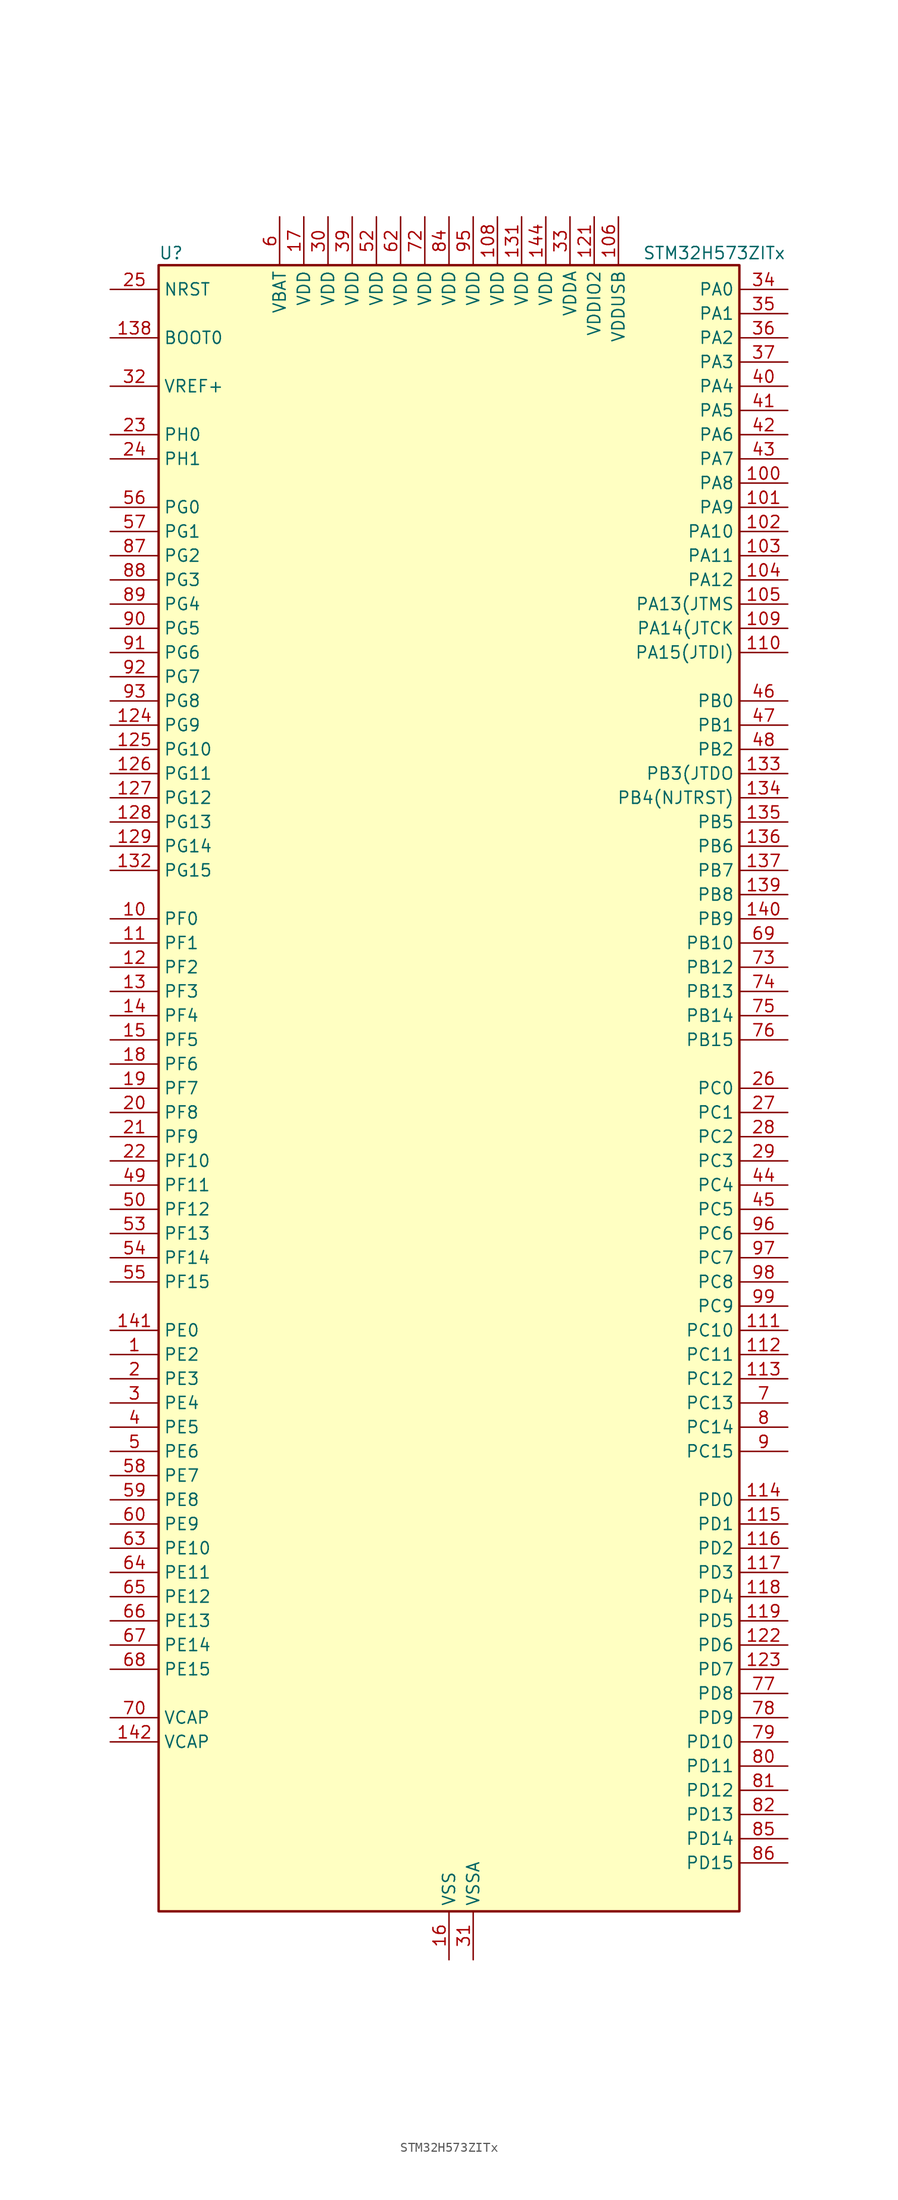
<source format=kicad_sym>
(kicad_symbol_lib
  (version 20231120)
  (generator "kicad-library-utils")
  (generator_version "8.0")
  (symbol "STM32H573ZITx"
    (property "Reference" "U"
      (at -30.48 87.63 0)
      (effects (font (size 1.27 1.27)) (justify left)))
    (property "Value" "STM32H573ZITx"
      (at 20.32 87.63 0)
      (effects (font (size 1.27 1.27)) (justify left)))
    (symbol "STM32H573ZITx_0_1"
      (rectangle (start -30.48 -86.36) (end 30.48 86.36) (stroke (width 0.254) (type default)) (fill (type background))))
    (symbol "STM32H573ZITx_1_1"
      (pin bidirectional line (at -35.56 -27.94 0) (length 5.08) (name "PE2" (effects (font (size 1.27 1.27)))) (number "1" (effects (font (size 1.27 1.27)))) (alternate "DCMI_D3" bidirectional line) (alternate "DEBUG_TRACECLK" bidirectional line) (alternate "ETH_TXD3" bidirectional line) (alternate "FMC_A23" bidirectional line) (alternate "LPTIM1_IN2" bidirectional line) (alternate "OCTOSPI1_IO2" bidirectional line) (alternate "PSSI_D3" bidirectional line) (alternate "SAI1_CK1" bidirectional line) (alternate "SAI1_MCLK_A" bidirectional line) (alternate "SPI4_SCK" bidirectional line) (alternate "UART8_TX" bidirectional line) (alternate "USART10_RX" bidirectional line))
      (pin bidirectional line (at -35.56 17.78 0) (length 5.08) (name "PF0" (effects (font (size 1.27 1.27)))) (number "10" (effects (font (size 1.27 1.27)))) (alternate "FMC_A0" bidirectional line) (alternate "I2C2_SDA" bidirectional line) (alternate "LPTIM5_CH1" bidirectional line))
      (pin bidirectional line (at 35.56 63.5 180) (length 5.08) (name "PA8" (effects (font (size 1.27 1.27)))) (number "100" (effects (font (size 1.27 1.27)))) (alternate "DCMI_D3" bidirectional line) (alternate "FMC_NOE" bidirectional line) (alternate "I2C3_SCL" bidirectional line) (alternate "PSSI_D3" bidirectional line) (alternate "RCC_MCO_1" bidirectional line) (alternate "SPI1_RDY" bidirectional line) (alternate "TIM1_CH1" bidirectional line) (alternate "TIM8_BKIN2" bidirectional line) (alternate "UART7_RX" bidirectional line) (alternate "USART1_CK" bidirectional line) (alternate "USB_SOF" bidirectional line))
      (pin bidirectional line (at 35.56 60.96 180) (length 5.08) (name "PA9" (effects (font (size 1.27 1.27)))) (number "101" (effects (font (size 1.27 1.27)))) (alternate "DAC1_EXTI9" bidirectional line) (alternate "DCMI_D0" bidirectional line) (alternate "ETH_TX_ER" bidirectional line) (alternate "FMC_NWE" bidirectional line) (alternate "I2C3_SMBA" bidirectional line) (alternate "I2S2_CK" bidirectional line) (alternate "LPUART1_TX" bidirectional line) (alternate "PSSI_D0" bidirectional line) (alternate "SPI2_SCK" bidirectional line) (alternate "TIM1_CH2" bidirectional line) (alternate "UCPD1_DB1" bidirectional line) (alternate "USART1_TX" bidirectional line))
      (pin bidirectional line (at 35.56 58.42 180) (length 5.08) (name "PA10" (effects (font (size 1.27 1.27)))) (number "102" (effects (font (size 1.27 1.27)))) (alternate "DCMI_D1" bidirectional line) (alternate "FDCAN2_TX" bidirectional line) (alternate "LPTIM2_IN2" bidirectional line) (alternate "LPUART1_RX" bidirectional line) (alternate "PSSI_D1" bidirectional line) (alternate "SDMMC1_D0" bidirectional line) (alternate "TIM1_CH3" bidirectional line) (alternate "UCPD1_FRSTX" bidirectional line) (alternate "USART1_RX" bidirectional line))
      (pin bidirectional line (at 35.56 55.88 180) (length 5.08) (name "PA11" (effects (font (size 1.27 1.27)))) (number "103" (effects (font (size 1.27 1.27)))) (alternate "ADC1_EXTI11" bidirectional line) (alternate "ADC2_EXTI11" bidirectional line) (alternate "FDCAN1_RX" bidirectional line) (alternate "I2S2_WS" bidirectional line) (alternate "LPUART1_CTS" bidirectional line) (alternate "SPI2_NSS" bidirectional line) (alternate "TIM1_CH4" bidirectional line) (alternate "UART4_RX" bidirectional line) (alternate "USART1_CTS" bidirectional line) (alternate "USART1_NSS" bidirectional line) (alternate "USB_DM" bidirectional line))
      (pin bidirectional line (at 35.56 53.34 180) (length 5.08) (name "PA12" (effects (font (size 1.27 1.27)))) (number "104" (effects (font (size 1.27 1.27)))) (alternate "FDCAN1_TX" bidirectional line) (alternate "I2S2_CK" bidirectional line) (alternate "LPUART1_RTS" bidirectional line) (alternate "SAI2_FS_B" bidirectional line) (alternate "SPI2_SCK" bidirectional line) (alternate "TIM1_ETR" bidirectional line) (alternate "UART4_TX" bidirectional line) (alternate "USART1_RTS" bidirectional line) (alternate "USB_DP" bidirectional line))
      (pin bidirectional line (at 35.56 50.8 180) (length 5.08) (name "PA13(JTMS" (effects (font (size 1.27 1.27)))) (number "105" (effects (font (size 1.27 1.27)))) (alternate "DEBUG_JTMS-SWDIO" bidirectional line))
      (pin power_in line (at 17.78 91.44 270) (length 5.08) (name "VDDUSB" (effects (font (size 1.27 1.27)))) (number "106" (effects (font (size 1.27 1.27)))))
      (pin passive line (at 0 -91.44 90) (length 5.08) hide (name "VSS" (effects (font (size 1.27 1.27)))) (number "107" (effects (font (size 1.27 1.27)))))
      (pin power_in line (at 5.08 91.44 270) (length 5.08) (name "VDD" (effects (font (size 1.27 1.27)))) (number "108" (effects (font (size 1.27 1.27)))))
      (pin bidirectional line (at 35.56 48.26 180) (length 5.08) (name "PA14(JTCK" (effects (font (size 1.27 1.27)))) (number "109" (effects (font (size 1.27 1.27)))) (alternate "DEBUG_JTCK-SWCLK" bidirectional line))
      (pin bidirectional line (at -35.56 15.24 0) (length 5.08) (name "PF1" (effects (font (size 1.27 1.27)))) (number "11" (effects (font (size 1.27 1.27)))) (alternate "FMC_A1" bidirectional line) (alternate "I2C2_SCL" bidirectional line) (alternate "LPTIM5_CH2" bidirectional line))
      (pin bidirectional line (at 35.56 45.72 180) (length 5.08) (name "PA15(JTDI)" (effects (font (size 1.27 1.27)))) (number "110" (effects (font (size 1.27 1.27)))) (alternate "ADC1_EXTI15" bidirectional line) (alternate "ADC2_EXTI15" bidirectional line) (alternate "CEC" bidirectional line) (alternate "DCMI_D11" bidirectional line) (alternate "DEBUG_JTDI" bidirectional line) (alternate "FMC_NBL1" bidirectional line) (alternate "I2S1_WS" bidirectional line) (alternate "I2S3_WS" bidirectional line) (alternate "LPTIM3_IN2" bidirectional line) (alternate "PSSI_D11" bidirectional line) (alternate "SPI1_NSS" bidirectional line) (alternate "SPI3_NSS" bidirectional line) (alternate "SPI6_NSS" bidirectional line) (alternate "TIM2_CH1" bidirectional line) (alternate "TIM2_ETR" bidirectional line) (alternate "UART4_DE" bidirectional line) (alternate "UART4_RTS" bidirectional line) (alternate "UART7_TX" bidirectional line))
      (pin bidirectional line (at 35.56 -25.4 180) (length 5.08) (name "PC10" (effects (font (size 1.27 1.27)))) (number "111" (effects (font (size 1.27 1.27)))) (alternate "DCMI_D8" bidirectional line) (alternate "ETH_TXD0" bidirectional line) (alternate "I2S3_CK" bidirectional line) (alternate "LPTIM3_ETR" bidirectional line) (alternate "OCTOSPI1_IO1" bidirectional line) (alternate "PSSI_D8" bidirectional line) (alternate "SDMMC1_D2" bidirectional line) (alternate "SPI3_SCK" bidirectional line) (alternate "UART4_TX" bidirectional line) (alternate "USART3_TX" bidirectional line))
      (pin bidirectional line (at 35.56 -27.94 180) (length 5.08) (name "PC11" (effects (font (size 1.27 1.27)))) (number "112" (effects (font (size 1.27 1.27)))) (alternate "ADC1_EXTI11" bidirectional line) (alternate "ADC2_EXTI11" bidirectional line) (alternate "DCMI_D4" bidirectional line) (alternate "I2S3_SDI" bidirectional line) (alternate "LPTIM3_IN1" bidirectional line) (alternate "OCTOSPI1_NCS" bidirectional line) (alternate "PSSI_D4" bidirectional line) (alternate "SDMMC1_D3" bidirectional line) (alternate "SPI3_MISO" bidirectional line) (alternate "UART4_RX" bidirectional line) (alternate "USART3_RX" bidirectional line))
      (pin bidirectional line (at 35.56 -30.48 180) (length 5.08) (name "PC12" (effects (font (size 1.27 1.27)))) (number "113" (effects (font (size 1.27 1.27)))) (alternate "DCMI_D9" bidirectional line) (alternate "DEBUG_TRACED3" bidirectional line) (alternate "I2S3_SDO" bidirectional line) (alternate "PSSI_D9" bidirectional line) (alternate "SDMMC1_CK" bidirectional line) (alternate "SPI3_MOSI" bidirectional line) (alternate "SPI6_SCK" bidirectional line) (alternate "TIM15_CH1" bidirectional line) (alternate "UART5_TX" bidirectional line) (alternate "USART3_CK" bidirectional line))
      (pin bidirectional line (at 35.56 -43.18 180) (length 5.08) (name "PD0" (effects (font (size 1.27 1.27)))) (number "114" (effects (font (size 1.27 1.27)))) (alternate "FDCAN1_RX" bidirectional line) (alternate "FMC_D2" bidirectional line) (alternate "FMC_DA2" bidirectional line) (alternate "TIM8_CH4N" bidirectional line) (alternate "UART4_RX" bidirectional line) (alternate "UART9_CTS" bidirectional line))
      (pin bidirectional line (at 35.56 -45.72 180) (length 5.08) (name "PD1" (effects (font (size 1.27 1.27)))) (number "115" (effects (font (size 1.27 1.27)))) (alternate "FDCAN1_TX" bidirectional line) (alternate "FMC_D3" bidirectional line) (alternate "FMC_DA3" bidirectional line) (alternate "UART4_TX" bidirectional line))
      (pin bidirectional line (at 35.56 -48.26 180) (length 5.08) (name "PD2" (effects (font (size 1.27 1.27)))) (number "116" (effects (font (size 1.27 1.27)))) (alternate "DCMI_D11" bidirectional line) (alternate "DEBUG_TRACED2" bidirectional line) (alternate "LPTIM4_ETR" bidirectional line) (alternate "PSSI_D11" bidirectional line) (alternate "PWR_WKUP7" bidirectional line) (alternate "SDMMC1_CMD" bidirectional line) (alternate "TIM15_BKIN" bidirectional line) (alternate "TIM3_ETR" bidirectional line) (alternate "UART5_RX" bidirectional line))
      (pin bidirectional line (at 35.56 -50.8 180) (length 5.08) (name "PD3" (effects (font (size 1.27 1.27)))) (number "117" (effects (font (size 1.27 1.27)))) (alternate "DCMI_D5" bidirectional line) (alternate "FMC_CLK" bidirectional line) (alternate "I2S2_CK" bidirectional line) (alternate "PSSI_D5" bidirectional line) (alternate "PWR_WKUP8" bidirectional line) (alternate "SPI2_SCK" bidirectional line) (alternate "USART2_CTS" bidirectional line) (alternate "USART2_NSS" bidirectional line))
      (pin bidirectional line (at 35.56 -53.34 180) (length 5.08) (name "PD4" (effects (font (size 1.27 1.27)))) (number "118" (effects (font (size 1.27 1.27)))) (alternate "FMC_NOE" bidirectional line) (alternate "OCTOSPI1_IO4" bidirectional line) (alternate "USART2_RTS" bidirectional line))
      (pin bidirectional line (at 35.56 -55.88 180) (length 5.08) (name "PD5" (effects (font (size 1.27 1.27)))) (number "119" (effects (font (size 1.27 1.27)))) (alternate "FDCAN1_TX" bidirectional line) (alternate "FMC_NWE" bidirectional line) (alternate "OCTOSPI1_IO5" bidirectional line) (alternate "SPI2_RDY" bidirectional line) (alternate "TIM1_CH4N" bidirectional line) (alternate "USART2_TX" bidirectional line))
      (pin bidirectional line (at -35.56 12.7 0) (length 5.08) (name "PF2" (effects (font (size 1.27 1.27)))) (number "12" (effects (font (size 1.27 1.27)))) (alternate "FMC_A2" bidirectional line) (alternate "I2C2_SMBA" bidirectional line) (alternate "LPTIM3_CH2" bidirectional line) (alternate "LPTIM3_IN2" bidirectional line) (alternate "LPTIM5_IN1" bidirectional line) (alternate "UART12_TX" bidirectional line) (alternate "USART11_CK" bidirectional line))
      (pin passive line (at 0 -91.44 90) (length 5.08) hide (name "VSS" (effects (font (size 1.27 1.27)))) (number "120" (effects (font (size 1.27 1.27)))))
      (pin power_in line (at 15.24 91.44 270) (length 5.08) (name "VDDIO2" (effects (font (size 1.27 1.27)))) (number "121" (effects (font (size 1.27 1.27)))))
      (pin bidirectional line (at 35.56 -58.42 180) (length 5.08) (name "PD6" (effects (font (size 1.27 1.27)))) (number "122" (effects (font (size 1.27 1.27)))) (alternate "DCMI_D10" bidirectional line) (alternate "FMC_NWAIT" bidirectional line) (alternate "I2S3_SDO" bidirectional line) (alternate "OCTOSPI1_IO6" bidirectional line) (alternate "PSSI_D10" bidirectional line) (alternate "SAI1_D1" bidirectional line) (alternate "SAI1_SD_A" bidirectional line) (alternate "SDMMC2_CK" bidirectional line) (alternate "SPI3_MOSI" bidirectional line) (alternate "USART2_RX" bidirectional line))
      (pin bidirectional line (at 35.56 -60.96 180) (length 5.08) (name "PD7" (effects (font (size 1.27 1.27)))) (number "123" (effects (font (size 1.27 1.27)))) (alternate "FMC_NCE" bidirectional line) (alternate "FMC_NE1" bidirectional line) (alternate "I2S1_SDO" bidirectional line) (alternate "LPTIM4_OUT" bidirectional line) (alternate "OCTOSPI1_IO7" bidirectional line) (alternate "SDMMC2_CMD" bidirectional line) (alternate "SPI1_MOSI" bidirectional line) (alternate "USART2_CK" bidirectional line))
      (pin bidirectional line (at -35.56 38.1 0) (length 5.08) (name "PG9" (effects (font (size 1.27 1.27)))) (number "124" (effects (font (size 1.27 1.27)))) (alternate "DAC1_EXTI9" bidirectional line) (alternate "DCMI_VSYNC" bidirectional line) (alternate "FMC_NCE" bidirectional line) (alternate "FMC_NE2" bidirectional line) (alternate "I2S1_SDI" bidirectional line) (alternate "OCTOSPI1_IO6" bidirectional line) (alternate "PSSI_RDY" bidirectional line) (alternate "SAI2_FS_B" bidirectional line) (alternate "SDMMC2_D0" bidirectional line) (alternate "SPI1_MISO" bidirectional line) (alternate "USART6_RX" bidirectional line))
      (pin bidirectional line (at -35.56 35.56 0) (length 5.08) (name "PG10" (effects (font (size 1.27 1.27)))) (number "125" (effects (font (size 1.27 1.27)))) (alternate "DCMI_D2" bidirectional line) (alternate "FMC_NE3" bidirectional line) (alternate "I2S1_WS" bidirectional line) (alternate "PSSI_D2" bidirectional line) (alternate "SAI2_SD_B" bidirectional line) (alternate "SDMMC2_D1" bidirectional line) (alternate "SPI1_NSS" bidirectional line))
      (pin bidirectional line (at -35.56 33.02 0) (length 5.08) (name "PG11" (effects (font (size 1.27 1.27)))) (number "126" (effects (font (size 1.27 1.27)))) (alternate "ADC1_EXTI11" bidirectional line) (alternate "ADC2_EXTI11" bidirectional line) (alternate "DCMI_D3" bidirectional line) (alternate "ETH_TX_EN" bidirectional line) (alternate "I2S1_CK" bidirectional line) (alternate "LPTIM1_IN2" bidirectional line) (alternate "PSSI_D3" bidirectional line) (alternate "SDMMC2_D2" bidirectional line) (alternate "SPI1_SCK" bidirectional line) (alternate "USART10_RX" bidirectional line) (alternate "USART11_RTS" bidirectional line))
      (pin bidirectional line (at -35.56 30.48 0) (length 5.08) (name "PG12" (effects (font (size 1.27 1.27)))) (number "127" (effects (font (size 1.27 1.27)))) (alternate "DCMI_D11" bidirectional line) (alternate "ETH_TXD1" bidirectional line) (alternate "FMC_NE4" bidirectional line) (alternate "LPTIM1_IN1" bidirectional line) (alternate "LPTIM5_CH1" bidirectional line) (alternate "PSSI_D11" bidirectional line) (alternate "PSSI_D15" bidirectional line) (alternate "SDMMC2_D3" bidirectional line) (alternate "SPI6_MISO" bidirectional line) (alternate "USART10_TX" bidirectional line) (alternate "USART6_RTS" bidirectional line))
      (pin bidirectional line (at -35.56 27.94 0) (length 5.08) (name "PG13" (effects (font (size 1.27 1.27)))) (number "128" (effects (font (size 1.27 1.27)))) (alternate "DEBUG_TRACED0" bidirectional line) (alternate "ETH_TXD0" bidirectional line) (alternate "FMC_A24" bidirectional line) (alternate "LPTIM1_CH1" bidirectional line) (alternate "LPTIM5_CH2" bidirectional line) (alternate "SDMMC2_D6" bidirectional line) (alternate "SPI6_SCK" bidirectional line) (alternate "USART10_CTS" bidirectional line) (alternate "USART10_NSS" bidirectional line) (alternate "USART6_CTS" bidirectional line) (alternate "USART6_NSS" bidirectional line))
      (pin bidirectional line (at -35.56 25.4 0) (length 5.08) (name "PG14" (effects (font (size 1.27 1.27)))) (number "129" (effects (font (size 1.27 1.27)))) (alternate "DEBUG_TRACED1" bidirectional line) (alternate "ETH_TXD1" bidirectional line) (alternate "FMC_A25" bidirectional line) (alternate "LPTIM1_CH2" bidirectional line) (alternate "LPTIM1_ETR" bidirectional line) (alternate "LPTIM5_IN1" bidirectional line) (alternate "OCTOSPI1_IO7" bidirectional line) (alternate "SDMMC2_D7" bidirectional line) (alternate "SPI6_MOSI" bidirectional line) (alternate "USART10_RTS" bidirectional line) (alternate "USART6_TX" bidirectional line))
      (pin bidirectional line (at -35.56 10.16 0) (length 5.08) (name "PF3" (effects (font (size 1.27 1.27)))) (number "13" (effects (font (size 1.27 1.27)))) (alternate "FMC_A3" bidirectional line) (alternate "LPTIM3_IN1" bidirectional line) (alternate "LPTIM5_IN2" bidirectional line) (alternate "USART11_TX" bidirectional line))
      (pin passive line (at 0 -91.44 90) (length 5.08) hide (name "VSS" (effects (font (size 1.27 1.27)))) (number "130" (effects (font (size 1.27 1.27)))))
      (pin power_in line (at 7.62 91.44 270) (length 5.08) (name "VDD" (effects (font (size 1.27 1.27)))) (number "131" (effects (font (size 1.27 1.27)))))
      (pin bidirectional line (at -35.56 22.86 0) (length 5.08) (name "PG15" (effects (font (size 1.27 1.27)))) (number "132" (effects (font (size 1.27 1.27)))) (alternate "ADC1_EXTI15" bidirectional line) (alternate "ADC2_EXTI15" bidirectional line) (alternate "DCMI_D13" bidirectional line) (alternate "FMC_SDNCAS" bidirectional line) (alternate "PSSI_D13" bidirectional line) (alternate "SPI4_RDY" bidirectional line) (alternate "USART10_CK" bidirectional line) (alternate "USART6_CTS" bidirectional line) (alternate "USART6_NSS" bidirectional line))
      (pin bidirectional line (at 35.56 33.02 180) (length 5.08) (name "PB3(JTDO" (effects (font (size 1.27 1.27)))) (number "133" (effects (font (size 1.27 1.27)))) (alternate "CRS_SYNC" bidirectional line) (alternate "DEBUG_JTDO-SWO" bidirectional line) (alternate "I2C2_SDA" bidirectional line) (alternate "I2S1_CK" bidirectional line) (alternate "I2S3_CK" bidirectional line) (alternate "LPTIM6_ETR" bidirectional line) (alternate "SDMMC2_D2" bidirectional line) (alternate "SPI1_SCK" bidirectional line) (alternate "SPI3_SCK" bidirectional line) (alternate "SPI6_SCK" bidirectional line) (alternate "TIM2_CH2" bidirectional line) (alternate "UART12_CTS" bidirectional line) (alternate "UART7_RX" bidirectional line))
      (pin bidirectional line (at 35.56 30.48 180) (length 5.08) (name "PB4(NJTRST)" (effects (font (size 1.27 1.27)))) (number "134" (effects (font (size 1.27 1.27)))) (alternate "DCMI_D7" bidirectional line) (alternate "DEBUG_JTRST" bidirectional line) (alternate "I2S1_SDI" bidirectional line) (alternate "I2S2_WS" bidirectional line) (alternate "I2S3_SDI" bidirectional line) (alternate "LPTIM1_CH2" bidirectional line) (alternate "OCTOSPI1_CLK" bidirectional line) (alternate "PSSI_D7" bidirectional line) (alternate "SDMMC2_D3" bidirectional line) (alternate "SPI1_MISO" bidirectional line) (alternate "SPI2_NSS" bidirectional line) (alternate "SPI3_MISO" bidirectional line) (alternate "SPI6_MISO" bidirectional line) (alternate "TIM16_BKIN" bidirectional line) (alternate "TIM3_CH1" bidirectional line) (alternate "UART7_TX" bidirectional line))
      (pin bidirectional line (at 35.56 27.94 180) (length 5.08) (name "PB5" (effects (font (size 1.27 1.27)))) (number "135" (effects (font (size 1.27 1.27)))) (alternate "DCMI_D10" bidirectional line) (alternate "ETH_PPS_OUT" bidirectional line) (alternate "FDCAN2_RX" bidirectional line) (alternate "FMC_SDCKE1" bidirectional line) (alternate "I2C1_SMBA" bidirectional line) (alternate "I2C4_SMBA" bidirectional line) (alternate "I2S1_SDO" bidirectional line) (alternate "I2S3_SDO" bidirectional line) (alternate "OCTOSPI1_NCLK" bidirectional line) (alternate "PSSI_D10" bidirectional line) (alternate "SPI1_MOSI" bidirectional line) (alternate "SPI3_MOSI" bidirectional line) (alternate "SPI6_MOSI" bidirectional line) (alternate "TIM17_BKIN" bidirectional line) (alternate "TIM3_CH2" bidirectional line) (alternate "UART5_RX" bidirectional line))
      (pin bidirectional line (at 35.56 25.4 180) (length 5.08) (name "PB6" (effects (font (size 1.27 1.27)))) (number "136" (effects (font (size 1.27 1.27)))) (alternate "CEC" bidirectional line) (alternate "DCMI_D5" bidirectional line) (alternate "FDCAN2_TX" bidirectional line) (alternate "FMC_SDNE1" bidirectional line) (alternate "I2C1_SCL" bidirectional line) (alternate "I2C4_SCL" bidirectional line) (alternate "I3C1_SCL" bidirectional line) (alternate "LPUART1_TX" bidirectional line) (alternate "OCTOSPI1_NCS" bidirectional line) (alternate "PSSI_D5" bidirectional line) (alternate "TIM16_CH1N" bidirectional line) (alternate "TIM4_CH1" bidirectional line) (alternate "UART5_TX" bidirectional line) (alternate "USART1_TX" bidirectional line))
      (pin bidirectional line (at 35.56 22.86 180) (length 5.08) (name "PB7" (effects (font (size 1.27 1.27)))) (number "137" (effects (font (size 1.27 1.27)))) (alternate "DCMI_VSYNC" bidirectional line) (alternate "FDCAN1_TX" bidirectional line) (alternate "FMC_NL" bidirectional line) (alternate "I2C1_SDA" bidirectional line) (alternate "I2C4_SDA" bidirectional line) (alternate "I3C1_SDA" bidirectional line) (alternate "LPUART1_RX" bidirectional line) (alternate "PSSI_RDY" bidirectional line) (alternate "PWR_WKUP5" bidirectional line) (alternate "SDMMC2_CKIN" bidirectional line) (alternate "SDMMC2_D5" bidirectional line) (alternate "TIM17_CH1N" bidirectional line) (alternate "TIM4_CH2" bidirectional line) (alternate "USART1_RX" bidirectional line))
      (pin input line (at -35.56 78.74 0) (length 5.08) (name "BOOT0" (effects (font (size 1.27 1.27)))) (number "138" (effects (font (size 1.27 1.27)))))
      (pin bidirectional line (at 35.56 20.32 180) (length 5.08) (name "PB8" (effects (font (size 1.27 1.27)))) (number "139" (effects (font (size 1.27 1.27)))) (alternate "DCMI_D6" bidirectional line) (alternate "ETH_TXD3" bidirectional line) (alternate "FDCAN1_RX" bidirectional line) (alternate "I2C1_SCL" bidirectional line) (alternate "I2C4_SCL" bidirectional line) (alternate "I3C1_SCL" bidirectional line) (alternate "PSSI_D6" bidirectional line) (alternate "SDMMC1_CKIN" bidirectional line) (alternate "SDMMC1_D4" bidirectional line) (alternate "SDMMC2_D4" bidirectional line) (alternate "SPI4_RDY" bidirectional line) (alternate "TIM16_CH1" bidirectional line) (alternate "TIM4_CH3" bidirectional line) (alternate "UART4_RX" bidirectional line))
      (pin bidirectional line (at -35.56 7.62 0) (length 5.08) (name "PF4" (effects (font (size 1.27 1.27)))) (number "14" (effects (font (size 1.27 1.27)))) (alternate "FMC_A4" bidirectional line) (alternate "LPTIM3_ETR" bidirectional line) (alternate "USART11_RX" bidirectional line))
      (pin bidirectional line (at 35.56 17.78 180) (length 5.08) (name "PB9" (effects (font (size 1.27 1.27)))) (number "140" (effects (font (size 1.27 1.27)))) (alternate "DAC1_EXTI9" bidirectional line) (alternate "DCMI_D7" bidirectional line) (alternate "FDCAN1_TX" bidirectional line) (alternate "I2C1_SDA" bidirectional line) (alternate "I2C4_SDA" bidirectional line) (alternate "I2S2_WS" bidirectional line) (alternate "I3C1_SDA" bidirectional line) (alternate "PSSI_D7" bidirectional line) (alternate "SDMMC1_CDIR" bidirectional line) (alternate "SDMMC1_D5" bidirectional line) (alternate "SDMMC2_CKIN" bidirectional line) (alternate "SDMMC2_D5" bidirectional line) (alternate "SPI2_NSS" bidirectional line) (alternate "TIM17_CH1" bidirectional line) (alternate "TIM4_CH4" bidirectional line) (alternate "UART4_TX" bidirectional line))
      (pin bidirectional line (at -35.56 -25.4 0) (length 5.08) (name "PE0" (effects (font (size 1.27 1.27)))) (number "141" (effects (font (size 1.27 1.27)))) (alternate "DCMI_D2" bidirectional line) (alternate "FDCAN1_RX" bidirectional line) (alternate "FMC_NBL0" bidirectional line) (alternate "LPTIM1_ETR" bidirectional line) (alternate "LPTIM2_CH2" bidirectional line) (alternate "LPTIM2_ETR" bidirectional line) (alternate "PSSI_D2" bidirectional line) (alternate "SAI2_MCLK_A" bidirectional line) (alternate "SPI3_RDY" bidirectional line) (alternate "TIM4_ETR" bidirectional line) (alternate "UART8_RX" bidirectional line))
      (pin power_out line (at -35.56 -68.58 0) (length 5.08) (name "VCAP" (effects (font (size 1.27 1.27)))) (number "142" (effects (font (size 1.27 1.27)))))
      (pin passive line (at 0 -91.44 90) (length 5.08) hide (name "VSS" (effects (font (size 1.27 1.27)))) (number "143" (effects (font (size 1.27 1.27)))))
      (pin power_in line (at 10.16 91.44 270) (length 5.08) (name "VDD" (effects (font (size 1.27 1.27)))) (number "144" (effects (font (size 1.27 1.27)))))
      (pin bidirectional line (at -35.56 5.08 0) (length 5.08) (name "PF5" (effects (font (size 1.27 1.27)))) (number "15" (effects (font (size 1.27 1.27)))) (alternate "FMC_A5" bidirectional line) (alternate "I2C4_SCL" bidirectional line) (alternate "I3C1_SCL" bidirectional line) (alternate "LPTIM3_CH1" bidirectional line) (alternate "LPTIM3_IN1" bidirectional line) (alternate "UART12_RX" bidirectional line) (alternate "USART11_CTS" bidirectional line) (alternate "USART11_NSS" bidirectional line))
      (pin power_in line (at 0 -91.44 90) (length 5.08) (name "VSS" (effects (font (size 1.27 1.27)))) (number "16" (effects (font (size 1.27 1.27)))))
      (pin power_in line (at -15.24 91.44 270) (length 5.08) (name "VDD" (effects (font (size 1.27 1.27)))) (number "17" (effects (font (size 1.27 1.27)))))
      (pin bidirectional line (at -35.56 2.54 0) (length 5.08) (name "PF6" (effects (font (size 1.27 1.27)))) (number "18" (effects (font (size 1.27 1.27)))) (alternate "LPTIM5_CH1" bidirectional line) (alternate "OCTOSPI1_IO3" bidirectional line) (alternate "SAI1_SD_B" bidirectional line) (alternate "SPI5_NSS" bidirectional line) (alternate "TIM16_CH1" bidirectional line) (alternate "UART7_RX" bidirectional line))
      (pin bidirectional line (at -35.56 0 0) (length 5.08) (name "PF7" (effects (font (size 1.27 1.27)))) (number "19" (effects (font (size 1.27 1.27)))) (alternate "LPTIM5_CH2" bidirectional line) (alternate "OCTOSPI1_IO2" bidirectional line) (alternate "SAI1_MCLK_B" bidirectional line) (alternate "SPI5_SCK" bidirectional line) (alternate "TIM17_CH1" bidirectional line) (alternate "UART7_TX" bidirectional line))
      (pin bidirectional line (at -35.56 -30.48 0) (length 5.08) (name "PE3" (effects (font (size 1.27 1.27)))) (number "2" (effects (font (size 1.27 1.27)))) (alternate "DEBUG_TRACED0" bidirectional line) (alternate "FMC_A19" bidirectional line) (alternate "SAI1_SD_B" bidirectional line) (alternate "TAMP_IN6" bidirectional line) (alternate "TAMP_OUT3" bidirectional line) (alternate "TIM15_BKIN" bidirectional line) (alternate "USART10_TX" bidirectional line))
      (pin bidirectional line (at -35.56 -2.54 0) (length 5.08) (name "PF8" (effects (font (size 1.27 1.27)))) (number "20" (effects (font (size 1.27 1.27)))) (alternate "LPTIM5_IN1" bidirectional line) (alternate "OCTOSPI1_IO0" bidirectional line) (alternate "SAI1_SCK_B" bidirectional line) (alternate "SPI5_MISO" bidirectional line) (alternate "TIM13_CH1" bidirectional line) (alternate "TIM16_CH1N" bidirectional line) (alternate "UART7_RTS" bidirectional line))
      (pin bidirectional line (at -35.56 -5.08 0) (length 5.08) (name "PF9" (effects (font (size 1.27 1.27)))) (number "21" (effects (font (size 1.27 1.27)))) (alternate "DAC1_EXTI9" bidirectional line) (alternate "LPTIM5_IN2" bidirectional line) (alternate "OCTOSPI1_IO1" bidirectional line) (alternate "SAI1_FS_B" bidirectional line) (alternate "SPI5_MOSI" bidirectional line) (alternate "TIM14_CH1" bidirectional line) (alternate "TIM17_CH1N" bidirectional line) (alternate "UART7_CTS" bidirectional line))
      (pin bidirectional line (at -35.56 -7.62 0) (length 5.08) (name "PF10" (effects (font (size 1.27 1.27)))) (number "22" (effects (font (size 1.27 1.27)))) (alternate "DCMI_D11" bidirectional line) (alternate "OCTOSPI1_CLK" bidirectional line) (alternate "PSSI_D11" bidirectional line) (alternate "PSSI_D15" bidirectional line) (alternate "SAI1_D3" bidirectional line) (alternate "TIM16_BKIN" bidirectional line))
      (pin bidirectional line (at -35.56 68.58 0) (length 5.08) (name "PH0" (effects (font (size 1.27 1.27)))) (number "23" (effects (font (size 1.27 1.27)))) (alternate "RCC_OSC_IN" bidirectional line))
      (pin bidirectional line (at -35.56 66.04 0) (length 5.08) (name "PH1" (effects (font (size 1.27 1.27)))) (number "24" (effects (font (size 1.27 1.27)))) (alternate "RCC_OSC_OUT" bidirectional line))
      (pin input line (at -35.56 83.82 0) (length 5.08) (name "NRST" (effects (font (size 1.27 1.27)))) (number "25" (effects (font (size 1.27 1.27)))))
      (pin bidirectional line (at 35.56 0 180) (length 5.08) (name "PC0" (effects (font (size 1.27 1.27)))) (number "26" (effects (font (size 1.27 1.27)))) (alternate "ADC1_INP10" bidirectional line) (alternate "ADC2_INP10" bidirectional line) (alternate "FMC_A25" bidirectional line) (alternate "FMC_SDNWE" bidirectional line) (alternate "OCTOSPI1_IO7" bidirectional line) (alternate "SAI1_MCLK_A" bidirectional line) (alternate "SAI2_FS_B" bidirectional line) (alternate "SPI2_RDY" bidirectional line) (alternate "TIM16_BKIN" bidirectional line))
      (pin bidirectional line (at 35.56 -2.54 180) (length 5.08) (name "PC1" (effects (font (size 1.27 1.27)))) (number "27" (effects (font (size 1.27 1.27)))) (alternate "ADC1_INN10" bidirectional line) (alternate "ADC1_INP11" bidirectional line) (alternate "ADC2_INN10" bidirectional line) (alternate "ADC2_INP11" bidirectional line) (alternate "DEBUG_TRACED0" bidirectional line) (alternate "ETH_MDC" bidirectional line) (alternate "I2S2_SDO" bidirectional line) (alternate "OCTOSPI1_IO4" bidirectional line) (alternate "PWR_WKUP6" bidirectional line) (alternate "SAI1_D1" bidirectional line) (alternate "SAI1_SD_A" bidirectional line) (alternate "SAI2_SD_A" bidirectional line) (alternate "SDMMC2_CK" bidirectional line) (alternate "SPI2_MOSI" bidirectional line) (alternate "TAMP_IN3" bidirectional line) (alternate "TAMP_OUT5" bidirectional line) (alternate "USART11_RTS" bidirectional line))
      (pin bidirectional line (at 35.56 -5.08 180) (length 5.08) (name "PC2" (effects (font (size 1.27 1.27)))) (number "28" (effects (font (size 1.27 1.27)))) (alternate "ADC1_INN11" bidirectional line) (alternate "ADC1_INP12" bidirectional line) (alternate "ADC2_INN11" bidirectional line) (alternate "ADC2_INP12" bidirectional line) (alternate "ETH_TXD2" bidirectional line) (alternate "FMC_SDNE0" bidirectional line) (alternate "I2S2_SDI" bidirectional line) (alternate "OCTOSPI1_IO2" bidirectional line) (alternate "OCTOSPI1_IO5" bidirectional line) (alternate "PWR_CSLEEP" bidirectional line) (alternate "SPI2_MISO" bidirectional line) (alternate "TIM17_CH1" bidirectional line) (alternate "TIM4_CH4" bidirectional line))
      (pin bidirectional line (at 35.56 -7.62 180) (length 5.08) (name "PC3" (effects (font (size 1.27 1.27)))) (number "29" (effects (font (size 1.27 1.27)))) (alternate "ADC1_INN12" bidirectional line) (alternate "ADC1_INP13" bidirectional line) (alternate "ADC2_INN12" bidirectional line) (alternate "ADC2_INP13" bidirectional line) (alternate "ETH_TX_CLK" bidirectional line) (alternate "FMC_SDCKE0" bidirectional line) (alternate "I2S2_SDO" bidirectional line) (alternate "LPTIM3_CH1" bidirectional line) (alternate "OCTOSPI1_IO0" bidirectional line) (alternate "OCTOSPI1_IO6" bidirectional line) (alternate "PWR_CSTOP" bidirectional line) (alternate "SAI1_D3" bidirectional line) (alternate "SPI2_MOSI" bidirectional line))
      (pin bidirectional line (at -35.56 -33.02 0) (length 5.08) (name "PE4" (effects (font (size 1.27 1.27)))) (number "3" (effects (font (size 1.27 1.27)))) (alternate "DCMI_D4" bidirectional line) (alternate "DEBUG_TRACED1" bidirectional line) (alternate "FMC_A20" bidirectional line) (alternate "PSSI_D4" bidirectional line) (alternate "SAI1_D2" bidirectional line) (alternate "SAI1_FS_A" bidirectional line) (alternate "SPI4_NSS" bidirectional line) (alternate "TAMP_IN7" bidirectional line) (alternate "TAMP_OUT8" bidirectional line) (alternate "TIM15_CH1N" bidirectional line))
      (pin power_in line (at -12.7 91.44 270) (length 5.08) (name "VDD" (effects (font (size 1.27 1.27)))) (number "30" (effects (font (size 1.27 1.27)))))
      (pin power_in line (at 2.54 -91.44 90) (length 5.08) (name "VSSA" (effects (font (size 1.27 1.27)))) (number "31" (effects (font (size 1.27 1.27)))))
      (pin input line (at -35.56 73.66 0) (length 5.08) (name "VREF+" (effects (font (size 1.27 1.27)))) (number "32" (effects (font (size 1.27 1.27)))))
      (pin power_in line (at 12.7 91.44 270) (length 5.08) (name "VDDA" (effects (font (size 1.27 1.27)))) (number "33" (effects (font (size 1.27 1.27)))))
      (pin bidirectional line (at 35.56 83.82 180) (length 5.08) (name "PA0" (effects (font (size 1.27 1.27)))) (number "34" (effects (font (size 1.27 1.27)))) (alternate "ADC1_INN1" bidirectional line) (alternate "ADC1_INP0" bidirectional line) (alternate "ADC2_INN1" bidirectional line) (alternate "ADC2_INP0" bidirectional line) (alternate "ETH_CRS" bidirectional line) (alternate "PWR_WKUP1" bidirectional line) (alternate "SAI2_SD_B" bidirectional line) (alternate "SDMMC2_CMD" bidirectional line) (alternate "SPI3_RDY" bidirectional line) (alternate "SPI6_NSS" bidirectional line) (alternate "TAMP_IN2" bidirectional line) (alternate "TAMP_OUT1" bidirectional line) (alternate "TIM15_BKIN" bidirectional line) (alternate "TIM2_CH1" bidirectional line) (alternate "TIM2_ETR" bidirectional line) (alternate "TIM5_CH1" bidirectional line) (alternate "TIM8_ETR" bidirectional line) (alternate "UART4_TX" bidirectional line) (alternate "USART2_CTS" bidirectional line) (alternate "USART2_NSS" bidirectional line))
      (pin bidirectional line (at 35.56 81.28 180) (length 5.08) (name "PA1" (effects (font (size 1.27 1.27)))) (number "35" (effects (font (size 1.27 1.27)))) (alternate "ADC1_INP1" bidirectional line) (alternate "ADC2_INP1" bidirectional line) (alternate "ETH_REF_CLK" bidirectional line) (alternate "ETH_RX_CLK" bidirectional line) (alternate "LPTIM1_IN1" bidirectional line) (alternate "OCTOSPI1_DQS" bidirectional line) (alternate "OCTOSPI1_IO3" bidirectional line) (alternate "SAI2_MCLK_B" bidirectional line) (alternate "TAMP_IN5" bidirectional line) (alternate "TAMP_OUT4" bidirectional line) (alternate "TIM15_CH1N" bidirectional line) (alternate "TIM2_CH2" bidirectional line) (alternate "TIM5_CH2" bidirectional line) (alternate "UART4_RX" bidirectional line) (alternate "USART2_RTS" bidirectional line))
      (pin bidirectional line (at 35.56 78.74 180) (length 5.08) (name "PA2" (effects (font (size 1.27 1.27)))) (number "36" (effects (font (size 1.27 1.27)))) (alternate "ADC1_INP14" bidirectional line) (alternate "ADC2_INP14" bidirectional line) (alternate "ETH_MDIO" bidirectional line) (alternate "LPTIM1_IN2" bidirectional line) (alternate "PWR_WKUP2" bidirectional line) (alternate "SAI2_SCK_B" bidirectional line) (alternate "TAMP_IN4" bidirectional line) (alternate "TAMP_OUT3" bidirectional line) (alternate "TIM15_CH1" bidirectional line) (alternate "TIM2_CH3" bidirectional line) (alternate "TIM5_CH3" bidirectional line) (alternate "USART2_TX" bidirectional line))
      (pin bidirectional line (at 35.56 76.2 180) (length 5.08) (name "PA3" (effects (font (size 1.27 1.27)))) (number "37" (effects (font (size 1.27 1.27)))) (alternate "ADC1_INP15" bidirectional line) (alternate "ADC2_INP15" bidirectional line) (alternate "ETH_COL" bidirectional line) (alternate "I2S2_WS" bidirectional line) (alternate "OCTOSPI1_CLK" bidirectional line) (alternate "SAI1_SD_B" bidirectional line) (alternate "SPI2_NSS" bidirectional line) (alternate "TIM15_CH2" bidirectional line) (alternate "TIM2_CH4" bidirectional line) (alternate "TIM5_CH4" bidirectional line) (alternate "USART2_RX" bidirectional line))
      (pin passive line (at 0 -91.44 90) (length 5.08) hide (name "VSS" (effects (font (size 1.27 1.27)))) (number "38" (effects (font (size 1.27 1.27)))))
      (pin power_in line (at -10.16 91.44 270) (length 5.08) (name "VDD" (effects (font (size 1.27 1.27)))) (number "39" (effects (font (size 1.27 1.27)))))
      (pin bidirectional line (at -35.56 -35.56 0) (length 5.08) (name "PE5" (effects (font (size 1.27 1.27)))) (number "4" (effects (font (size 1.27 1.27)))) (alternate "DCMI_D6" bidirectional line) (alternate "DEBUG_TRACED2" bidirectional line) (alternate "FMC_A21" bidirectional line) (alternate "PSSI_D6" bidirectional line) (alternate "SAI1_CK2" bidirectional line) (alternate "SAI1_SCK_A" bidirectional line) (alternate "SPI4_MISO" bidirectional line) (alternate "TAMP_IN8" bidirectional line) (alternate "TAMP_OUT7" bidirectional line) (alternate "TIM15_CH1" bidirectional line))
      (pin bidirectional line (at 35.56 73.66 180) (length 5.08) (name "PA4" (effects (font (size 1.27 1.27)))) (number "40" (effects (font (size 1.27 1.27)))) (alternate "ADC1_INP18" bidirectional line) (alternate "ADC2_INP18" bidirectional line) (alternate "DAC1_OUT1" bidirectional line) (alternate "DCMI_HSYNC" bidirectional line) (alternate "I2S1_WS" bidirectional line) (alternate "I2S3_WS" bidirectional line) (alternate "LPTIM2_CH1" bidirectional line) (alternate "PSSI_DE" bidirectional line) (alternate "SPI1_NSS" bidirectional line) (alternate "SPI3_NSS" bidirectional line) (alternate "SPI6_NSS" bidirectional line) (alternate "TIM5_ETR" bidirectional line) (alternate "USART2_CK" bidirectional line))
      (pin bidirectional line (at 35.56 71.12 180) (length 5.08) (name "PA5" (effects (font (size 1.27 1.27)))) (number "41" (effects (font (size 1.27 1.27)))) (alternate "ADC1_INN18" bidirectional line) (alternate "ADC1_INP19" bidirectional line) (alternate "ADC2_INN18" bidirectional line) (alternate "ADC2_INP19" bidirectional line) (alternate "DAC1_OUT2" bidirectional line) (alternate "ETH_TX_EN" bidirectional line) (alternate "I2S1_CK" bidirectional line) (alternate "PSSI_D14" bidirectional line) (alternate "SPI1_SCK" bidirectional line) (alternate "SPI6_SCK" bidirectional line) (alternate "TIM2_CH1" bidirectional line) (alternate "TIM2_ETR" bidirectional line) (alternate "TIM8_CH1N" bidirectional line))
      (pin bidirectional line (at 35.56 68.58 180) (length 5.08) (name "PA6" (effects (font (size 1.27 1.27)))) (number "42" (effects (font (size 1.27 1.27)))) (alternate "ADC1_INP3" bidirectional line) (alternate "ADC2_INP3" bidirectional line) (alternate "DCMI_PIXCLK" bidirectional line) (alternate "I2S1_SDI" bidirectional line) (alternate "OCTOSPI1_IO3" bidirectional line) (alternate "PSSI_PDCK" bidirectional line) (alternate "SPI1_MISO" bidirectional line) (alternate "SPI6_MISO" bidirectional line) (alternate "TIM13_CH1" bidirectional line) (alternate "TIM1_BKIN" bidirectional line) (alternate "TIM3_CH1" bidirectional line) (alternate "TIM8_BKIN" bidirectional line) (alternate "USART11_TX" bidirectional line))
      (pin bidirectional line (at 35.56 66.04 180) (length 5.08) (name "PA7" (effects (font (size 1.27 1.27)))) (number "43" (effects (font (size 1.27 1.27)))) (alternate "ADC1_INN3" bidirectional line) (alternate "ADC1_INP7" bidirectional line) (alternate "ADC2_INN3" bidirectional line) (alternate "ADC2_INP7" bidirectional line) (alternate "ETH_CRS_DV" bidirectional line) (alternate "ETH_RX_DV" bidirectional line) (alternate "FMC_NWE" bidirectional line) (alternate "FMC_SDNWE" bidirectional line) (alternate "I2S1_SDO" bidirectional line) (alternate "OCTOSPI1_IO2" bidirectional line) (alternate "SPI1_MOSI" bidirectional line) (alternate "SPI6_MOSI" bidirectional line) (alternate "TIM14_CH1" bidirectional line) (alternate "TIM1_CH1N" bidirectional line) (alternate "TIM3_CH2" bidirectional line) (alternate "TIM8_CH1N" bidirectional line) (alternate "USART11_RX" bidirectional line))
      (pin bidirectional line (at 35.56 -10.16 180) (length 5.08) (name "PC4" (effects (font (size 1.27 1.27)))) (number "44" (effects (font (size 1.27 1.27)))) (alternate "ADC1_INP4" bidirectional line) (alternate "ADC2_INP4" bidirectional line) (alternate "ETH_RXD0" bidirectional line) (alternate "FMC_SDNE0" bidirectional line) (alternate "I2S1_MCK" bidirectional line) (alternate "LPTIM2_ETR" bidirectional line) (alternate "SAI1_CK1" bidirectional line) (alternate "TIM2_CH4" bidirectional line) (alternate "USART3_RX" bidirectional line))
      (pin bidirectional line (at 35.56 -12.7 180) (length 5.08) (name "PC5" (effects (font (size 1.27 1.27)))) (number "45" (effects (font (size 1.27 1.27)))) (alternate "ADC1_INN4" bidirectional line) (alternate "ADC1_INP8" bidirectional line) (alternate "ADC2_INN4" bidirectional line) (alternate "ADC2_INP8" bidirectional line) (alternate "ETH_RXD1" bidirectional line) (alternate "FMC_SDCKE0" bidirectional line) (alternate "OCTOSPI1_DQS" bidirectional line) (alternate "PSSI_D15" bidirectional line) (alternate "SAI1_D3" bidirectional line) (alternate "SAI1_FS_A" bidirectional line) (alternate "TIM1_CH4N" bidirectional line) (alternate "UART12_RTS" bidirectional line))
      (pin bidirectional line (at 35.56 40.64 180) (length 5.08) (name "PB0" (effects (font (size 1.27 1.27)))) (number "46" (effects (font (size 1.27 1.27)))) (alternate "ADC1_INN5" bidirectional line) (alternate "ADC1_INP9" bidirectional line) (alternate "ADC2_INN5" bidirectional line) (alternate "ADC2_INP9" bidirectional line) (alternate "ETH_RXD2" bidirectional line) (alternate "LPTIM3_CH1" bidirectional line) (alternate "OCTOSPI1_IO1" bidirectional line) (alternate "TIM1_CH2N" bidirectional line) (alternate "TIM3_CH3" bidirectional line) (alternate "TIM8_CH2N" bidirectional line) (alternate "UART4_CTS" bidirectional line) (alternate "USART11_CK" bidirectional line))
      (pin bidirectional line (at 35.56 38.1 180) (length 5.08) (name "PB1" (effects (font (size 1.27 1.27)))) (number "47" (effects (font (size 1.27 1.27)))) (alternate "ADC1_INP5" bidirectional line) (alternate "ADC2_INP5" bidirectional line) (alternate "ETH_RXD3" bidirectional line) (alternate "LPTIM3_CH2" bidirectional line) (alternate "OCTOSPI1_IO0" bidirectional line) (alternate "TIM1_CH3N" bidirectional line) (alternate "TIM3_CH4" bidirectional line) (alternate "TIM8_CH3N" bidirectional line))
      (pin bidirectional line (at 35.56 35.56 180) (length 5.08) (name "PB2" (effects (font (size 1.27 1.27)))) (number "48" (effects (font (size 1.27 1.27)))) (alternate "I2S3_SDO" bidirectional line) (alternate "LPTIM1_CH1" bidirectional line) (alternate "LPTIM5_ETR" bidirectional line) (alternate "OCTOSPI1_CLK" bidirectional line) (alternate "OCTOSPI1_DQS" bidirectional line) (alternate "RCC_LSCO" bidirectional line) (alternate "RTC_OUT2" bidirectional line) (alternate "SAI1_D1" bidirectional line) (alternate "SAI1_SD_A" bidirectional line) (alternate "SDMMC1_CMD" bidirectional line) (alternate "SPI1_RDY" bidirectional line) (alternate "SPI3_MOSI" bidirectional line) (alternate "TIM8_CH4N" bidirectional line))
      (pin bidirectional line (at -35.56 -10.16 0) (length 5.08) (name "PF11" (effects (font (size 1.27 1.27)))) (number "49" (effects (font (size 1.27 1.27)))) (alternate "ADC1_EXTI11" bidirectional line) (alternate "ADC1_INP2" bidirectional line) (alternate "ADC2_EXTI11" bidirectional line) (alternate "DCMI_D12" bidirectional line) (alternate "FMC_SDNRAS" bidirectional line) (alternate "LPTIM6_CH1" bidirectional line) (alternate "OCTOSPI1_NCLK" bidirectional line) (alternate "PSSI_D12" bidirectional line) (alternate "SAI2_SD_B" bidirectional line) (alternate "SPI5_MOSI" bidirectional line))
      (pin bidirectional line (at -35.56 -38.1 0) (length 5.08) (name "PE6" (effects (font (size 1.27 1.27)))) (number "5" (effects (font (size 1.27 1.27)))) (alternate "DCMI_D7" bidirectional line) (alternate "DEBUG_TRACED3" bidirectional line) (alternate "FMC_A22" bidirectional line) (alternate "PSSI_D7" bidirectional line) (alternate "SAI1_D1" bidirectional line) (alternate "SAI1_SD_A" bidirectional line) (alternate "SAI2_MCLK_B" bidirectional line) (alternate "SPI4_MOSI" bidirectional line) (alternate "TAMP_IN3" bidirectional line) (alternate "TAMP_OUT6" bidirectional line) (alternate "TIM15_CH2" bidirectional line) (alternate "TIM1_BKIN2" bidirectional line))
      (pin bidirectional line (at -35.56 -12.7 0) (length 5.08) (name "PF12" (effects (font (size 1.27 1.27)))) (number "50" (effects (font (size 1.27 1.27)))) (alternate "ADC1_INN2" bidirectional line) (alternate "ADC1_INP6" bidirectional line) (alternate "FMC_A6" bidirectional line) (alternate "LPTIM6_CH2" bidirectional line))
      (pin passive line (at 0 -91.44 90) (length 5.08) hide (name "VSS" (effects (font (size 1.27 1.27)))) (number "51" (effects (font (size 1.27 1.27)))))
      (pin power_in line (at -7.62 91.44 270) (length 5.08) (name "VDD" (effects (font (size 1.27 1.27)))) (number "52" (effects (font (size 1.27 1.27)))))
      (pin bidirectional line (at -35.56 -15.24 0) (length 5.08) (name "PF13" (effects (font (size 1.27 1.27)))) (number "53" (effects (font (size 1.27 1.27)))) (alternate "ADC2_INP2" bidirectional line) (alternate "FMC_A7" bidirectional line) (alternate "I2C4_SMBA" bidirectional line) (alternate "LPTIM6_IN1" bidirectional line))
      (pin bidirectional line (at -35.56 -17.78 0) (length 5.08) (name "PF14" (effects (font (size 1.27 1.27)))) (number "54" (effects (font (size 1.27 1.27)))) (alternate "ADC2_INN2" bidirectional line) (alternate "ADC2_INP6" bidirectional line) (alternate "FMC_A8" bidirectional line) (alternate "LPTIM6_IN2" bidirectional line))
      (pin bidirectional line (at -35.56 -20.32 0) (length 5.08) (name "PF15" (effects (font (size 1.27 1.27)))) (number "55" (effects (font (size 1.27 1.27)))) (alternate "ADC1_EXTI15" bidirectional line) (alternate "ADC2_EXTI15" bidirectional line) (alternate "FMC_A9" bidirectional line) (alternate "I2C4_SDA" bidirectional line) (alternate "I3C1_SDA" bidirectional line))
      (pin bidirectional line (at -35.56 60.96 0) (length 5.08) (name "PG0" (effects (font (size 1.27 1.27)))) (number "56" (effects (font (size 1.27 1.27)))) (alternate "FMC_A10" bidirectional line) (alternate "LPTIM4_IN1" bidirectional line) (alternate "UART9_RX" bidirectional line))
      (pin bidirectional line (at -35.56 58.42 0) (length 5.08) (name "PG1" (effects (font (size 1.27 1.27)))) (number "57" (effects (font (size 1.27 1.27)))) (alternate "FMC_A11" bidirectional line) (alternate "I2S2_SDO" bidirectional line) (alternate "SPI2_MOSI" bidirectional line) (alternate "UART9_TX" bidirectional line))
      (pin bidirectional line (at -35.56 -40.64 0) (length 5.08) (name "PE7" (effects (font (size 1.27 1.27)))) (number "58" (effects (font (size 1.27 1.27)))) (alternate "FMC_D4" bidirectional line) (alternate "FMC_DA4" bidirectional line) (alternate "OCTOSPI1_IO4" bidirectional line) (alternate "TIM1_ETR" bidirectional line) (alternate "UART12_RTS" bidirectional line) (alternate "UART7_RX" bidirectional line))
      (pin bidirectional line (at -35.56 -43.18 0) (length 5.08) (name "PE8" (effects (font (size 1.27 1.27)))) (number "59" (effects (font (size 1.27 1.27)))) (alternate "FMC_D5" bidirectional line) (alternate "FMC_DA5" bidirectional line) (alternate "OCTOSPI1_IO5" bidirectional line) (alternate "TIM1_CH1N" bidirectional line) (alternate "UART12_CTS" bidirectional line) (alternate "UART7_TX" bidirectional line))
      (pin power_in line (at -17.78 91.44 270) (length 5.08) (name "VBAT" (effects (font (size 1.27 1.27)))) (number "6" (effects (font (size 1.27 1.27)))))
      (pin bidirectional line (at -35.56 -45.72 0) (length 5.08) (name "PE9" (effects (font (size 1.27 1.27)))) (number "60" (effects (font (size 1.27 1.27)))) (alternate "DAC1_EXTI9" bidirectional line) (alternate "FMC_D6" bidirectional line) (alternate "FMC_DA6" bidirectional line) (alternate "OCTOSPI1_IO6" bidirectional line) (alternate "TIM1_CH1" bidirectional line) (alternate "UART12_RX" bidirectional line) (alternate "UART7_RTS" bidirectional line))
      (pin passive line (at 0 -91.44 90) (length 5.08) hide (name "VSS" (effects (font (size 1.27 1.27)))) (number "61" (effects (font (size 1.27 1.27)))))
      (pin power_in line (at -5.08 91.44 270) (length 5.08) (name "VDD" (effects (font (size 1.27 1.27)))) (number "62" (effects (font (size 1.27 1.27)))))
      (pin bidirectional line (at -35.56 -48.26 0) (length 5.08) (name "PE10" (effects (font (size 1.27 1.27)))) (number "63" (effects (font (size 1.27 1.27)))) (alternate "FMC_D7" bidirectional line) (alternate "FMC_DA7" bidirectional line) (alternate "OCTOSPI1_IO7" bidirectional line) (alternate "TIM1_CH2N" bidirectional line) (alternate "UART12_TX" bidirectional line) (alternate "UART7_CTS" bidirectional line))
      (pin bidirectional line (at -35.56 -50.8 0) (length 5.08) (name "PE11" (effects (font (size 1.27 1.27)))) (number "64" (effects (font (size 1.27 1.27)))) (alternate "ADC1_EXTI11" bidirectional line) (alternate "ADC2_EXTI11" bidirectional line) (alternate "FMC_D8" bidirectional line) (alternate "FMC_DA8" bidirectional line) (alternate "OCTOSPI1_NCS" bidirectional line) (alternate "SAI2_SD_B" bidirectional line) (alternate "SPI1_RDY" bidirectional line) (alternate "SPI4_NSS" bidirectional line) (alternate "TIM1_CH2" bidirectional line))
      (pin bidirectional line (at -35.56 -53.34 0) (length 5.08) (name "PE12" (effects (font (size 1.27 1.27)))) (number "65" (effects (font (size 1.27 1.27)))) (alternate "FMC_D9" bidirectional line) (alternate "FMC_DA9" bidirectional line) (alternate "SAI2_SCK_B" bidirectional line) (alternate "SPI4_SCK" bidirectional line) (alternate "TIM1_CH3N" bidirectional line))
      (pin bidirectional line (at -35.56 -55.88 0) (length 5.08) (name "PE13" (effects (font (size 1.27 1.27)))) (number "66" (effects (font (size 1.27 1.27)))) (alternate "FMC_D10" bidirectional line) (alternate "FMC_DA10" bidirectional line) (alternate "SAI2_FS_B" bidirectional line) (alternate "SPI4_MISO" bidirectional line) (alternate "TIM1_CH3" bidirectional line))
      (pin bidirectional line (at -35.56 -58.42 0) (length 5.08) (name "PE14" (effects (font (size 1.27 1.27)))) (number "67" (effects (font (size 1.27 1.27)))) (alternate "FMC_D11" bidirectional line) (alternate "FMC_DA11" bidirectional line) (alternate "SAI2_MCLK_B" bidirectional line) (alternate "SPI4_MOSI" bidirectional line) (alternate "TIM1_CH4" bidirectional line))
      (pin bidirectional line (at -35.56 -60.96 0) (length 5.08) (name "PE15" (effects (font (size 1.27 1.27)))) (number "68" (effects (font (size 1.27 1.27)))) (alternate "ADC1_EXTI15" bidirectional line) (alternate "ADC2_EXTI15" bidirectional line) (alternate "FMC_D12" bidirectional line) (alternate "FMC_DA12" bidirectional line) (alternate "TIM1_BKIN" bidirectional line) (alternate "TIM1_CH4N" bidirectional line) (alternate "USART10_CK" bidirectional line))
      (pin bidirectional line (at 35.56 15.24 180) (length 5.08) (name "PB10" (effects (font (size 1.27 1.27)))) (number "69" (effects (font (size 1.27 1.27)))) (alternate "ETH_RX_ER" bidirectional line) (alternate "I2C2_SCL" bidirectional line) (alternate "I2S2_CK" bidirectional line) (alternate "LPTIM2_IN1" bidirectional line) (alternate "LPTIM3_CH1" bidirectional line) (alternate "OCTOSPI1_NCS" bidirectional line) (alternate "SPI2_SCK" bidirectional line) (alternate "TIM2_CH3" bidirectional line) (alternate "USART3_TX" bidirectional line))
      (pin bidirectional line (at 35.56 -33.02 180) (length 5.08) (name "PC13" (effects (font (size 1.27 1.27)))) (number "7" (effects (font (size 1.27 1.27)))) (alternate "PWR_WKUP4" bidirectional line) (alternate "RTC_OUT1" bidirectional line) (alternate "RTC_TS" bidirectional line) (alternate "TAMP_IN1" bidirectional line) (alternate "TAMP_OUT2" bidirectional line) (alternate "TAMP_OUT3" bidirectional line))
      (pin power_out line (at -35.56 -66.04 0) (length 5.08) (name "VCAP" (effects (font (size 1.27 1.27)))) (number "70" (effects (font (size 1.27 1.27)))))
      (pin passive line (at 0 -91.44 90) (length 5.08) hide (name "VSS" (effects (font (size 1.27 1.27)))) (number "71" (effects (font (size 1.27 1.27)))))
      (pin power_in line (at -2.54 91.44 270) (length 5.08) (name "VDD" (effects (font (size 1.27 1.27)))) (number "72" (effects (font (size 1.27 1.27)))))
      (pin bidirectional line (at 35.56 12.7 180) (length 5.08) (name "PB12" (effects (font (size 1.27 1.27)))) (number "73" (effects (font (size 1.27 1.27)))) (alternate "ETH_TXD0" bidirectional line) (alternate "FDCAN2_RX" bidirectional line) (alternate "I2C2_SDA" bidirectional line) (alternate "I2S2_WS" bidirectional line) (alternate "OCTOSPI1_NCLK" bidirectional line) (alternate "SPI2_NSS" bidirectional line) (alternate "TIM1_BKIN" bidirectional line) (alternate "UART5_RX" bidirectional line) (alternate "UCPD1_FRSTX" bidirectional line) (alternate "USART3_CK" bidirectional line))
      (pin bidirectional line (at 35.56 10.16 180) (length 5.08) (name "PB13" (effects (font (size 1.27 1.27)))) (number "74" (effects (font (size 1.27 1.27)))) (alternate "FDCAN2_TX" bidirectional line) (alternate "I2C2_SMBA" bidirectional line) (alternate "I2S2_CK" bidirectional line) (alternate "LPTIM2_CH1" bidirectional line) (alternate "LPTIM3_IN1" bidirectional line) (alternate "SDMMC1_D0" bidirectional line) (alternate "SPI2_SCK" bidirectional line) (alternate "TIM1_CH1N" bidirectional line) (alternate "UART5_TX" bidirectional line) (alternate "UCPD1_CC1" bidirectional line) (alternate "USART3_CTS" bidirectional line) (alternate "USART3_NSS" bidirectional line))
      (pin bidirectional line (at 35.56 7.62 180) (length 5.08) (name "PB14" (effects (font (size 1.27 1.27)))) (number "75" (effects (font (size 1.27 1.27)))) (alternate "I2S2_SDI" bidirectional line) (alternate "LPTIM3_ETR" bidirectional line) (alternate "SDMMC2_D0" bidirectional line) (alternate "SPI2_MISO" bidirectional line) (alternate "TIM12_CH1" bidirectional line) (alternate "TIM1_CH2N" bidirectional line) (alternate "TIM8_CH2N" bidirectional line) (alternate "UART4_DE" bidirectional line) (alternate "UART4_RTS" bidirectional line) (alternate "UCPD1_CC2" bidirectional line) (alternate "USART1_TX" bidirectional line) (alternate "USART3_RTS" bidirectional line))
      (pin bidirectional line (at 35.56 5.08 180) (length 5.08) (name "PB15" (effects (font (size 1.27 1.27)))) (number "76" (effects (font (size 1.27 1.27)))) (alternate "ADC1_EXTI15" bidirectional line) (alternate "ADC2_EXTI15" bidirectional line) (alternate "DCMI_D2" bidirectional line) (alternate "ETH_TXD1" bidirectional line) (alternate "I2S2_SDO" bidirectional line) (alternate "OCTOSPI1_CLK" bidirectional line) (alternate "PSSI_D2" bidirectional line) (alternate "PWR_PVD_IN" bidirectional line) (alternate "RTC_REFIN" bidirectional line) (alternate "SDMMC2_D1" bidirectional line) (alternate "SPI2_MOSI" bidirectional line) (alternate "TIM12_CH2" bidirectional line) (alternate "TIM1_CH3N" bidirectional line) (alternate "TIM8_CH3N" bidirectional line) (alternate "UART4_CTS" bidirectional line) (alternate "UART5_RX" bidirectional line) (alternate "USART11_CTS" bidirectional line) (alternate "USART11_NSS" bidirectional line) (alternate "USART1_RX" bidirectional line))
      (pin bidirectional line (at 35.56 -63.5 180) (length 5.08) (name "PD8" (effects (font (size 1.27 1.27)))) (number "77" (effects (font (size 1.27 1.27)))) (alternate "FMC_D13" bidirectional line) (alternate "FMC_DA13" bidirectional line) (alternate "USART3_TX" bidirectional line))
      (pin bidirectional line (at 35.56 -66.04 180) (length 5.08) (name "PD9" (effects (font (size 1.27 1.27)))) (number "78" (effects (font (size 1.27 1.27)))) (alternate "DAC1_EXTI9" bidirectional line) (alternate "FDCAN2_RX" bidirectional line) (alternate "FMC_D14" bidirectional line) (alternate "FMC_DA14" bidirectional line) (alternate "USART3_RX" bidirectional line))
      (pin bidirectional line (at 35.56 -68.58 180) (length 5.08) (name "PD10" (effects (font (size 1.27 1.27)))) (number "79" (effects (font (size 1.27 1.27)))) (alternate "FMC_D15" bidirectional line) (alternate "FMC_DA15" bidirectional line) (alternate "LPTIM2_CH2" bidirectional line) (alternate "USART3_CK" bidirectional line))
      (pin bidirectional line (at 35.56 -35.56 180) (length 5.08) (name "PC14" (effects (font (size 1.27 1.27)))) (number "8" (effects (font (size 1.27 1.27)))) (alternate "RCC_OSC32_IN" bidirectional line))
      (pin bidirectional line (at 35.56 -71.12 180) (length 5.08) (name "PD11" (effects (font (size 1.27 1.27)))) (number "80" (effects (font (size 1.27 1.27)))) (alternate "ADC1_EXTI11" bidirectional line) (alternate "ADC2_EXTI11" bidirectional line) (alternate "FMC_A16" bidirectional line) (alternate "FMC_CLE" bidirectional line) (alternate "I2C4_SMBA" bidirectional line) (alternate "LPTIM2_IN2" bidirectional line) (alternate "OCTOSPI1_IO0" bidirectional line) (alternate "SAI1_CK1" bidirectional line) (alternate "SAI2_SD_A" bidirectional line) (alternate "UART4_RX" bidirectional line) (alternate "USART3_CTS" bidirectional line) (alternate "USART3_NSS" bidirectional line))
      (pin bidirectional line (at 35.56 -73.66 180) (length 5.08) (name "PD12" (effects (font (size 1.27 1.27)))) (number "81" (effects (font (size 1.27 1.27)))) (alternate "DCMI_D12" bidirectional line) (alternate "FMC_A17" bidirectional line) (alternate "FMC_ALE" bidirectional line) (alternate "I2C4_SCL" bidirectional line) (alternate "I3C1_SCL" bidirectional line) (alternate "LPTIM1_IN1" bidirectional line) (alternate "LPTIM2_IN1" bidirectional line) (alternate "OCTOSPI1_IO1" bidirectional line) (alternate "PSSI_D12" bidirectional line) (alternate "SAI1_D1" bidirectional line) (alternate "SAI2_FS_A" bidirectional line) (alternate "TIM4_CH1" bidirectional line) (alternate "UART4_TX" bidirectional line) (alternate "USART3_RTS" bidirectional line))
      (pin bidirectional line (at 35.56 -76.2 180) (length 5.08) (name "PD13" (effects (font (size 1.27 1.27)))) (number "82" (effects (font (size 1.27 1.27)))) (alternate "DCMI_D13" bidirectional line) (alternate "FMC_A18" bidirectional line) (alternate "I2C4_SDA" bidirectional line) (alternate "I3C1_SDA" bidirectional line) (alternate "LPTIM1_CH1" bidirectional line) (alternate "LPTIM2_CH1" bidirectional line) (alternate "LPTIM4_IN1" bidirectional line) (alternate "OCTOSPI1_IO3" bidirectional line) (alternate "PSSI_D13" bidirectional line) (alternate "SAI2_SCK_A" bidirectional line) (alternate "TIM4_CH2" bidirectional line) (alternate "UART9_RTS" bidirectional line))
      (pin passive line (at 0 -91.44 90) (length 5.08) hide (name "VSS" (effects (font (size 1.27 1.27)))) (number "83" (effects (font (size 1.27 1.27)))))
      (pin power_in line (at 0 91.44 270) (length 5.08) (name "VDD" (effects (font (size 1.27 1.27)))) (number "84" (effects (font (size 1.27 1.27)))))
      (pin bidirectional line (at 35.56 -78.74 180) (length 5.08) (name "PD14" (effects (font (size 1.27 1.27)))) (number "85" (effects (font (size 1.27 1.27)))) (alternate "FMC_D0" bidirectional line) (alternate "FMC_DA0" bidirectional line) (alternate "TIM4_CH3" bidirectional line) (alternate "UART8_CTS" bidirectional line) (alternate "UART9_RX" bidirectional line))
      (pin bidirectional line (at 35.56 -81.28 180) (length 5.08) (name "PD15" (effects (font (size 1.27 1.27)))) (number "86" (effects (font (size 1.27 1.27)))) (alternate "ADC1_EXTI15" bidirectional line) (alternate "ADC2_EXTI15" bidirectional line) (alternate "FMC_D1" bidirectional line) (alternate "FMC_DA1" bidirectional line) (alternate "TIM4_CH4" bidirectional line) (alternate "UART8_RTS" bidirectional line) (alternate "UART9_TX" bidirectional line))
      (pin bidirectional line (at -35.56 55.88 0) (length 5.08) (name "PG2" (effects (font (size 1.27 1.27)))) (number "87" (effects (font (size 1.27 1.27)))) (alternate "FMC_A12" bidirectional line) (alternate "LPTIM6_ETR" bidirectional line) (alternate "TIM8_BKIN" bidirectional line) (alternate "UART12_RX" bidirectional line))
      (pin bidirectional line (at -35.56 53.34 0) (length 5.08) (name "PG3" (effects (font (size 1.27 1.27)))) (number "88" (effects (font (size 1.27 1.27)))) (alternate "FMC_A13" bidirectional line) (alternate "LPTIM5_ETR" bidirectional line) (alternate "TIM8_BKIN2" bidirectional line) (alternate "UART12_TX" bidirectional line))
      (pin bidirectional line (at -35.56 50.8 0) (length 5.08) (name "PG4" (effects (font (size 1.27 1.27)))) (number "89" (effects (font (size 1.27 1.27)))) (alternate "FMC_A14" bidirectional line) (alternate "FMC_BA0" bidirectional line) (alternate "LPTIM4_ETR" bidirectional line) (alternate "TIM1_BKIN2" bidirectional line))
      (pin bidirectional line (at 35.56 -38.1 180) (length 5.08) (name "PC15" (effects (font (size 1.27 1.27)))) (number "9" (effects (font (size 1.27 1.27)))) (alternate "ADC1_EXTI15" bidirectional line) (alternate "ADC2_EXTI15" bidirectional line) (alternate "RCC_OSC32_OUT" bidirectional line))
      (pin bidirectional line (at -35.56 48.26 0) (length 5.08) (name "PG5" (effects (font (size 1.27 1.27)))) (number "90" (effects (font (size 1.27 1.27)))) (alternate "FMC_A15" bidirectional line) (alternate "FMC_BA1" bidirectional line) (alternate "TIM1_ETR" bidirectional line))
      (pin bidirectional line (at -35.56 45.72 0) (length 5.08) (name "PG6" (effects (font (size 1.27 1.27)))) (number "91" (effects (font (size 1.27 1.27)))) (alternate "DCMI_D12" bidirectional line) (alternate "FMC_NE3" bidirectional line) (alternate "I2C4_SDA" bidirectional line) (alternate "I3C1_SDA" bidirectional line) (alternate "OCTOSPI1_NCS" bidirectional line) (alternate "PSSI_D12" bidirectional line) (alternate "SPI1_RDY" bidirectional line) (alternate "TIM17_BKIN" bidirectional line) (alternate "UCPD1_FRSTX" bidirectional line))
      (pin bidirectional line (at -35.56 43.18 0) (length 5.08) (name "PG7" (effects (font (size 1.27 1.27)))) (number "92" (effects (font (size 1.27 1.27)))) (alternate "DCMI_D13" bidirectional line) (alternate "FMC_INT" bidirectional line) (alternate "I2C4_SCL" bidirectional line) (alternate "I3C1_SCL" bidirectional line) (alternate "PSSI_D13" bidirectional line) (alternate "SAI1_CK2" bidirectional line) (alternate "SAI1_MCLK_A" bidirectional line) (alternate "UCPD1_FRSTX" bidirectional line) (alternate "USART6_CK" bidirectional line))
      (pin bidirectional line (at -35.56 40.64 0) (length 5.08) (name "PG8" (effects (font (size 1.27 1.27)))) (number "93" (effects (font (size 1.27 1.27)))) (alternate "ETH_PPS_OUT" bidirectional line) (alternate "FMC_SDCLK" bidirectional line) (alternate "SPI6_NSS" bidirectional line) (alternate "TIM8_ETR" bidirectional line) (alternate "USART6_RTS" bidirectional line))
      (pin passive line (at 0 -91.44 90) (length 5.08) hide (name "VSS" (effects (font (size 1.27 1.27)))) (number "94" (effects (font (size 1.27 1.27)))))
      (pin power_in line (at 2.54 91.44 270) (length 5.08) (name "VDD" (effects (font (size 1.27 1.27)))) (number "95" (effects (font (size 1.27 1.27)))))
      (pin bidirectional line (at 35.56 -15.24 180) (length 5.08) (name "PC6" (effects (font (size 1.27 1.27)))) (number "96" (effects (font (size 1.27 1.27)))) (alternate "DCMI_D0" bidirectional line) (alternate "FMC_NWAIT" bidirectional line) (alternate "I2S2_MCK" bidirectional line) (alternate "OCTOSPI1_IO5" bidirectional line) (alternate "PSSI_D0" bidirectional line) (alternate "SAI1_SCK_A" bidirectional line) (alternate "SDMMC1_D0DIR" bidirectional line) (alternate "SDMMC1_D6" bidirectional line) (alternate "SDMMC2_D6" bidirectional line) (alternate "TIM3_CH1" bidirectional line) (alternate "TIM8_CH1" bidirectional line) (alternate "USART6_TX" bidirectional line))
      (pin bidirectional line (at 35.56 -17.78 180) (length 5.08) (name "PC7" (effects (font (size 1.27 1.27)))) (number "97" (effects (font (size 1.27 1.27)))) (alternate "DCMI_D1" bidirectional line) (alternate "DEBUG_TRGIO" bidirectional line) (alternate "FMC_NE1" bidirectional line) (alternate "I2S3_MCK" bidirectional line) (alternate "OCTOSPI1_IO6" bidirectional line) (alternate "PSSI_D1" bidirectional line) (alternate "SDMMC1_D123DIR" bidirectional line) (alternate "SDMMC1_D7" bidirectional line) (alternate "SDMMC2_D7" bidirectional line) (alternate "TIM3_CH2" bidirectional line) (alternate "TIM8_CH2" bidirectional line) (alternate "USART6_RX" bidirectional line))
      (pin bidirectional line (at 35.56 -20.32 180) (length 5.08) (name "PC8" (effects (font (size 1.27 1.27)))) (number "98" (effects (font (size 1.27 1.27)))) (alternate "DCMI_D2" bidirectional line) (alternate "DEBUG_TRACED1" bidirectional line) (alternate "FMC_ALE" bidirectional line) (alternate "FMC_INT" bidirectional line) (alternate "FMC_NCE" bidirectional line) (alternate "FMC_NE2" bidirectional line) (alternate "PSSI_D2" bidirectional line) (alternate "SDMMC1_D0" bidirectional line) (alternate "TIM3_CH3" bidirectional line) (alternate "TIM8_CH3" bidirectional line) (alternate "UART5_DE" bidirectional line) (alternate "UART5_RTS" bidirectional line) (alternate "USART6_CK" bidirectional line))
      (pin bidirectional line (at 35.56 -22.86 180) (length 5.08) (name "PC9" (effects (font (size 1.27 1.27)))) (number "99" (effects (font (size 1.27 1.27)))) (alternate "AUDIOCLK" bidirectional line) (alternate "DAC1_EXTI9" bidirectional line) (alternate "DCMI_D3" bidirectional line) (alternate "FMC_CLE" bidirectional line) (alternate "I2C3_SDA" bidirectional line) (alternate "OCTOSPI1_IO0" bidirectional line) (alternate "PSSI_D3" bidirectional line) (alternate "RCC_MCO_2" bidirectional line) (alternate "SDMMC1_D1" bidirectional line) (alternate "TIM3_CH4" bidirectional line) (alternate "TIM8_CH4" bidirectional line) (alternate "UART5_CTS" bidirectional line) (alternate "UCPD1_DB2" bidirectional line)))))
</source>
